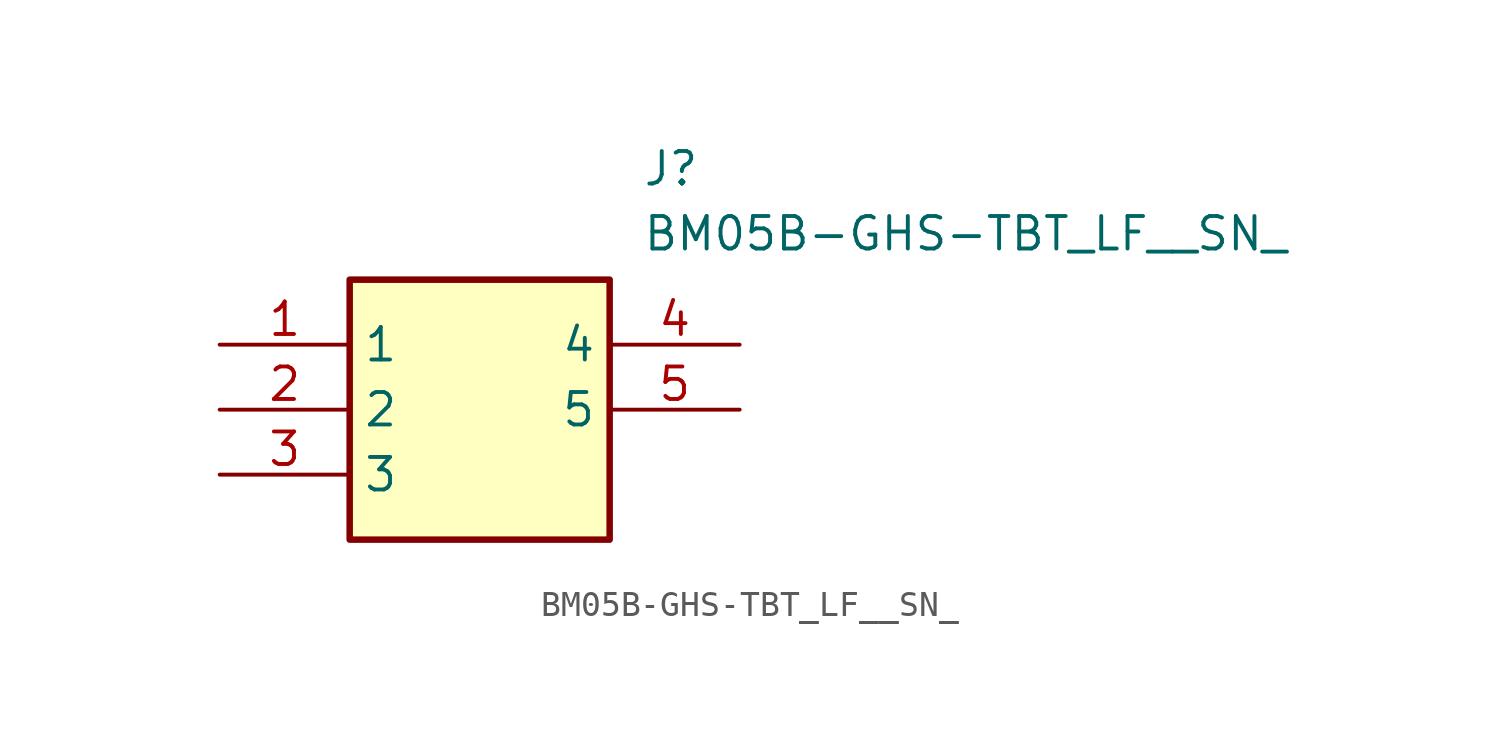
<source format=kicad_sym>
(kicad_symbol_lib
  (version 20211014)
  (generator SamacSys_ECAD_Model)
  (symbol "BM05B-GHS-TBT_LF__SN_"
    (property "Reference" "J"
      (at 16.51 7.62 0)
      (effects (font (size 1.27 1.27)) (justify left top)))
    (property "Value" "BM05B-GHS-TBT_LF__SN_"
      (at 16.51 5.08 0)
      (effects (font (size 1.27 1.27)) (justify left top)))
    (rectangle
      (start 5.08 2.54)
      (end 15.24 -7.62)
      (stroke (width 0.254) (type default))
      (fill (type background)))
    (pin passive line
      (at 0 0 0)
      (length 5.08)
      (name "1" (effects (font (size 1.27 1.27))))
      (number "1" (effects (font (size 1.27 1.27)))))
    (pin passive line
      (at 0 -2.54 0)
      (length 5.08)
      (name "2" (effects (font (size 1.27 1.27))))
      (number "2" (effects (font (size 1.27 1.27)))))
    (pin passive line
      (at 0 -5.08 0)
      (length 5.08)
      (name "3" (effects (font (size 1.27 1.27))))
      (number "3" (effects (font (size 1.27 1.27)))))
    (pin passive line
      (at 20.32 0 180)
      (length 5.08)
      (name "4" (effects (font (size 1.27 1.27))))
      (number "4" (effects (font (size 1.27 1.27)))))
    (pin passive line
      (at 20.32 -2.54 180)
      (length 5.08)
      (name "5" (effects (font (size 1.27 1.27))))
      (number "5" (effects (font (size 1.27 1.27)))))))
</source>
